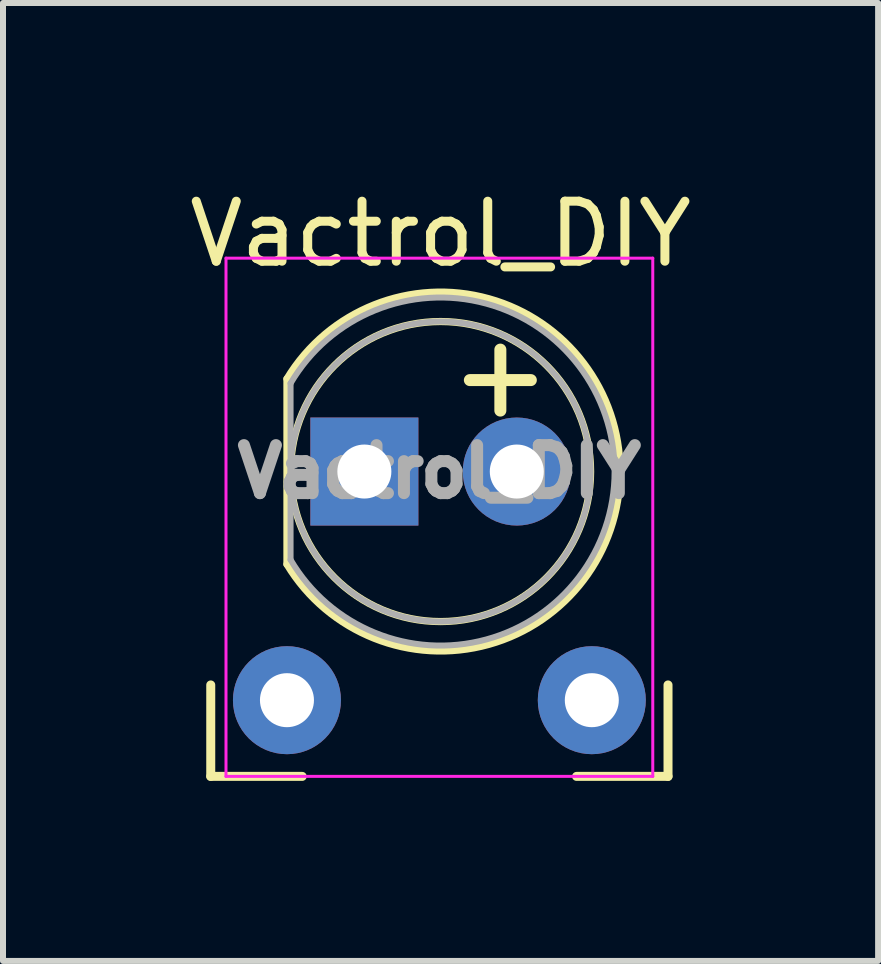
<source format=kicad_pcb>
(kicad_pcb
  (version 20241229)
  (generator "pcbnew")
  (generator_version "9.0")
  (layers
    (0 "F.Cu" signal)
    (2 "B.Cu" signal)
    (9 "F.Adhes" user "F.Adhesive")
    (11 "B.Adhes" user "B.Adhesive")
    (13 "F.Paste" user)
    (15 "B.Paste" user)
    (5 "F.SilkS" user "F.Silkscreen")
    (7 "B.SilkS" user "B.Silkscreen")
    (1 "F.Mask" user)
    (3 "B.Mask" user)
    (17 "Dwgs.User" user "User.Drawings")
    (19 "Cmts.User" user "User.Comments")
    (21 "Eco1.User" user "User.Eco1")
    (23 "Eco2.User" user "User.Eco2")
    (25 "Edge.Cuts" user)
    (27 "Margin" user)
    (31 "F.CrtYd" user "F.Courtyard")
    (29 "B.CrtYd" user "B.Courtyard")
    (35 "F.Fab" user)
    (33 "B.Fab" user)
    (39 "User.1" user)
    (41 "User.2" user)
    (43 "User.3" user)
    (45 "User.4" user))
  (footprint "Vactrol_DIY"
    (layer "F.Cu")
    (at 4.272 4.808)
    (property "Reference" "Vactrol_DIY" (at 0.02 -3.96 0) (layer "F.SilkS") (effects (font (size 1 1) (thickness 0.15))))
    (attr through_hole)
    (fp_line (start -3.81 5.08) (end -3.81 3.556) (stroke (width 0.15) (type default)) (layer "F.SilkS"))
    (fp_line (start -2.54 -1.545) (end -2.54 1.545) (stroke (width 0.12) (type solid)) (layer "F.SilkS"))
    (fp_line (start -2.286 5.08) (end -3.81 5.08) (stroke (width 0.15) (type default)) (layer "F.SilkS"))
    (fp_line (start 0.508 -1.524) (end 1.524 -1.524) (stroke (width 0.2) (type default)) (layer "F.SilkS"))
    (fp_line (start 1.016 -2.032) (end 1.016 -1.016) (stroke (width 0.2) (type default)) (layer "F.SilkS"))
    (fp_line (start 2.286 5.08) (end 3.81 5.08) (stroke (width 0.15) (type default)) (layer "F.SilkS"))
    (fp_line (start 3.81 5.08) (end 3.81 3.556) (stroke (width 0.15) (type default)) (layer "F.SilkS"))
    (fp_arc (start -2.54 -1.54483) (mid 0.822002 -2.880433) (end 3.01 0.000462) (stroke (width 0.12) (type solid)) (layer "F.SilkS"))
    (fp_arc (start 3.01 -0.000462) (mid 0.822002 2.880433) (end -2.54 1.54483) (stroke (width 0.12) (type solid)) (layer "F.SilkS"))
    (fp_circle (center 0.02 0) (end 2.52 0) (stroke (width 0.12) (type solid)) (fill no) (layer "F.SilkS"))
    (fp_line (start -3.556 -3.556) (end -3.556 5.08) (stroke (width 0.05) (type solid)) (layer "F.CrtYd"))
    (fp_line (start -3.556 5.08) (end 3.556 5.08) (stroke (width 0.05) (type solid)) (layer "F.CrtYd"))
    (fp_line (start 3.556 -3.556) (end -3.556 -3.556) (stroke (width 0.05) (type solid)) (layer "F.CrtYd"))
    (fp_line (start 3.556 5.08) (end 3.556 -3.556) (stroke (width 0.05) (type solid)) (layer "F.CrtYd"))
    (fp_line (start -2.48 -1.47) (end -2.48 1.47) (stroke (width 0.1) (type solid)) (layer "F.Fab"))
    (fp_arc (start -2.48 -1.469694) (mid 2.92 0.000016) (end -2.480016 1.469666) (stroke (width 0.1) (type solid)) (layer "F.Fab"))
    (fp_circle (center 0.02 0) (end 2.52 0) (stroke (width 0.1) (type solid)) (fill no) (layer "F.Fab"))
    (fp_text user "${REFERENCE}" (at 0 0 0) (layer "F.Fab") (effects (font (size 0.8 0.8) (thickness 0.2))))
    (pad "1" thru_hole circle (at -2.54 3.81) (size 1.8 1.8) (drill 0.9) (layers "*.Cu" "*.Mask"))
    (pad "2" thru_hole circle (at 2.54 3.81) (size 1.8 1.8) (drill 0.9) (layers "*.Cu" "*.Mask"))
    (pad "3" thru_hole circle (at 1.29 0) (size 1.8 1.8) (drill 0.9) (layers "*.Cu" "*.Mask"))
    (pad "4" thru_hole rect (at -1.25 0) (size 1.8 1.8) (drill 0.9) (layers "*.Cu" "*.Mask")))
  (gr_rect
    (start -3 -3)
    (end 11.583 12.963)
    (stroke (width 0.1) (type default))
    (fill no)
    (layer "Edge.Cuts")))
</source>
